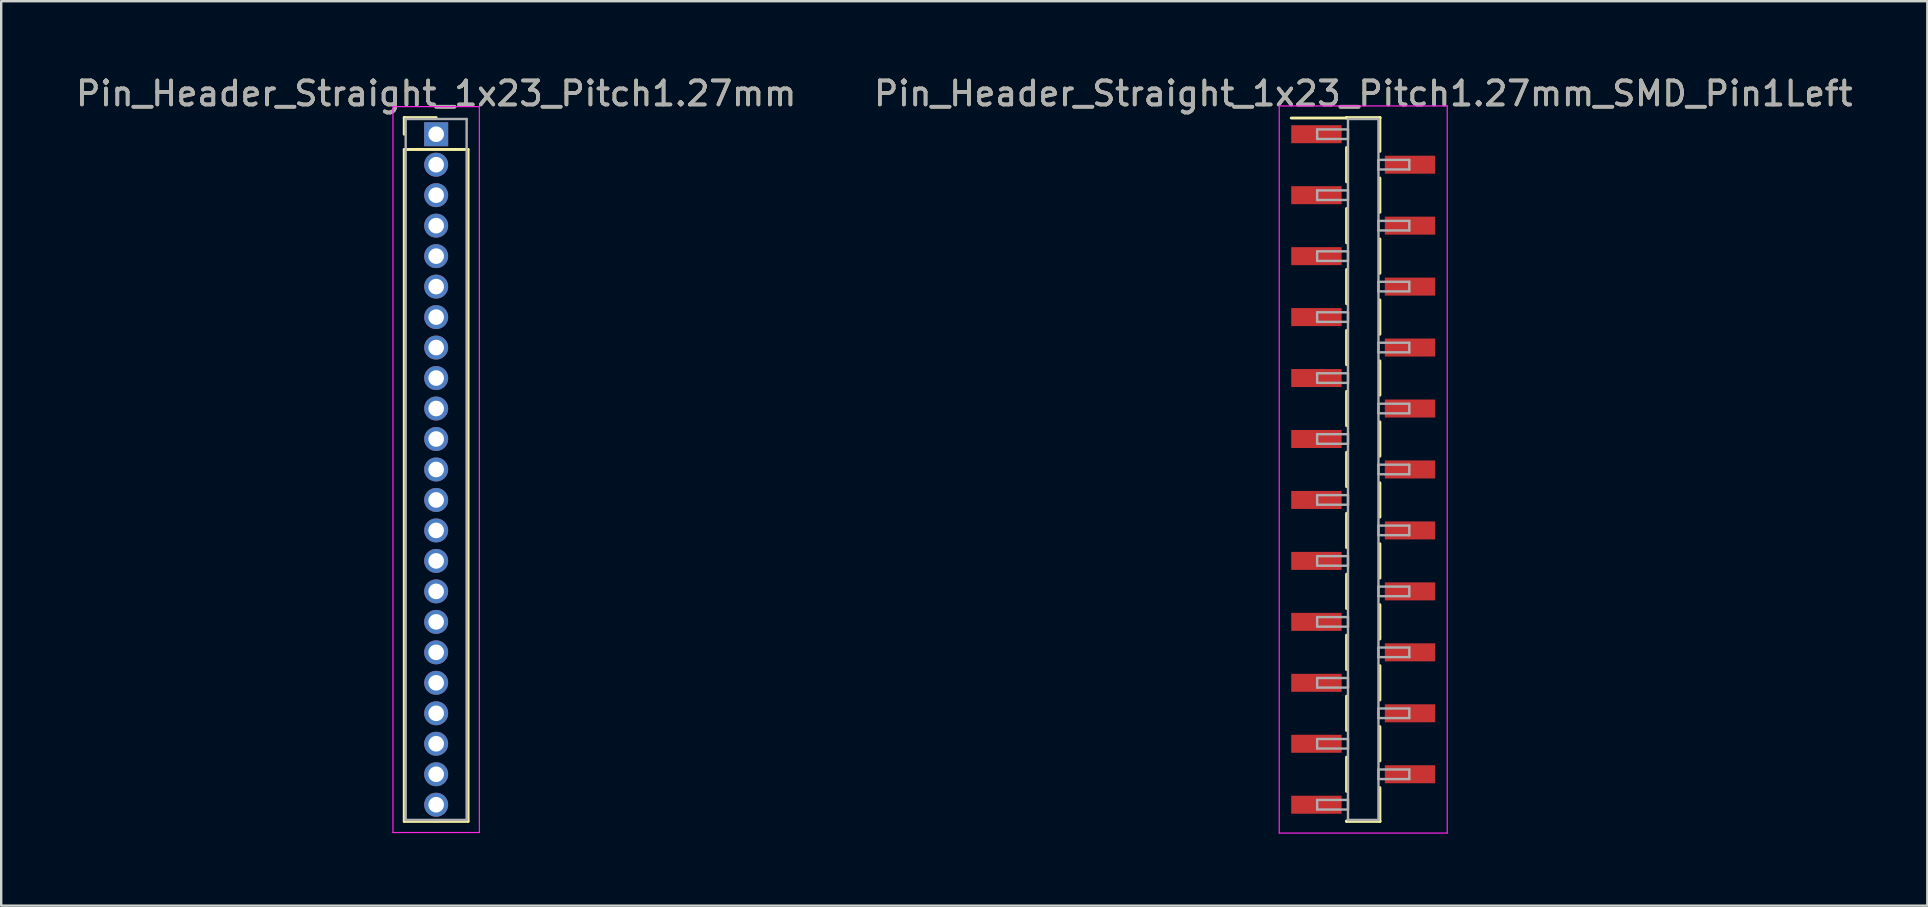
<source format=kicad_pcb>
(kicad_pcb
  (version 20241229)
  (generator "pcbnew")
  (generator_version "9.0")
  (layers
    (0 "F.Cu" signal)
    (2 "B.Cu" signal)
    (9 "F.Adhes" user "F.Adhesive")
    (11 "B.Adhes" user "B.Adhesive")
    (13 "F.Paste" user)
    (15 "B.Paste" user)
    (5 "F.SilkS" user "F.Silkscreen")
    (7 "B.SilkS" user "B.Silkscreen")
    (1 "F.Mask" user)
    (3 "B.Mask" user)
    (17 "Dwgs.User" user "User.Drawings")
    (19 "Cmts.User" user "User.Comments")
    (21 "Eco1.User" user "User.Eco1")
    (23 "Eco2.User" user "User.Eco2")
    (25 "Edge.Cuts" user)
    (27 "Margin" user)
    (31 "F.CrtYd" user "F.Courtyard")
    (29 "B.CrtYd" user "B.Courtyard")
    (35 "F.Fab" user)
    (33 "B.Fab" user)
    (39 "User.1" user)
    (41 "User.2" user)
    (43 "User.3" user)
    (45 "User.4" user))
  (footprint "Pin_Header_Straight_1x23_Pitch1.27mm"
    (layer "F.Cu")
    (at 15.125 2.543)
    (property "Reference" "Pin_Header_Straight_1x23_Pitch1.27mm" (at 0 -1.695 0) (layer "F.SilkS") (effects (font (size 1 1) (thickness 0.15))))
    (attr through_hole)
    (fp_line (start -1.33 -0.695) (end 0 -0.695) (stroke (width 0.12) (type solid)) (layer "F.SilkS"))
    (fp_line (start -1.33 0) (end -1.33 -0.695) (stroke (width 0.12) (type solid)) (layer "F.SilkS"))
    (fp_line (start -1.33 0.635) (end -1.33 28.635) (stroke (width 0.12) (type solid)) (layer "F.SilkS"))
    (fp_line (start -1.33 28.635) (end 1.33 28.635) (stroke (width 0.12) (type solid)) (layer "F.SilkS"))
    (fp_line (start 1.33 0.635) (end -1.33 0.635) (stroke (width 0.12) (type solid)) (layer "F.SilkS"))
    (fp_line (start 1.33 28.635) (end 1.33 0.635) (stroke (width 0.12) (type solid)) (layer "F.SilkS"))
    (fp_line (start -1.8 -1.15) (end -1.8 29.1) (stroke (width 0.05) (type solid)) (layer "F.CrtYd"))
    (fp_line (start -1.8 29.1) (end 1.8 29.1) (stroke (width 0.05) (type solid)) (layer "F.CrtYd"))
    (fp_line (start 1.8 -1.15) (end -1.8 -1.15) (stroke (width 0.05) (type solid)) (layer "F.CrtYd"))
    (fp_line (start 1.8 29.1) (end 1.8 -1.15) (stroke (width 0.05) (type solid)) (layer "F.CrtYd"))
    (fp_line (start -1.27 -0.635) (end -1.27 28.575) (stroke (width 0.1) (type solid)) (layer "F.Fab"))
    (fp_line (start -1.27 28.575) (end 1.27 28.575) (stroke (width 0.1) (type solid)) (layer "F.Fab"))
    (fp_line (start 1.27 -0.635) (end -1.27 -0.635) (stroke (width 0.1) (type solid)) (layer "F.Fab"))
    (fp_line (start 1.27 28.575) (end 1.27 -0.635) (stroke (width 0.1) (type solid)) (layer "F.Fab"))
    (fp_text user "${REFERENCE}" (at 0 -1.695 0) (layer "F.Fab") (effects (font (size 1 1) (thickness 0.15))))
    (pad "1" thru_hole rect (at 0 0) (size 1 1) (drill 0.65) (layers "*.Cu" "*.Mask"))
    (pad "2" thru_hole oval (at 0 1.27) (size 1 1) (drill 0.65) (layers "*.Cu" "*.Mask"))
    (pad "3" thru_hole oval (at 0 2.54) (size 1 1) (drill 0.65) (layers "*.Cu" "*.Mask"))
    (pad "4" thru_hole oval (at 0 3.81) (size 1 1) (drill 0.65) (layers "*.Cu" "*.Mask"))
    (pad "5" thru_hole oval (at 0 5.08) (size 1 1) (drill 0.65) (layers "*.Cu" "*.Mask"))
    (pad "6" thru_hole oval (at 0 6.35) (size 1 1) (drill 0.65) (layers "*.Cu" "*.Mask"))
    (pad "7" thru_hole oval (at 0 7.62) (size 1 1) (drill 0.65) (layers "*.Cu" "*.Mask"))
    (pad "8" thru_hole oval (at 0 8.89) (size 1 1) (drill 0.65) (layers "*.Cu" "*.Mask"))
    (pad "9" thru_hole oval (at 0 10.16) (size 1 1) (drill 0.65) (layers "*.Cu" "*.Mask"))
    (pad "10" thru_hole oval (at 0 11.43) (size 1 1) (drill 0.65) (layers "*.Cu" "*.Mask"))
    (pad "11" thru_hole oval (at 0 12.7) (size 1 1) (drill 0.65) (layers "*.Cu" "*.Mask"))
    (pad "12" thru_hole oval (at 0 13.97) (size 1 1) (drill 0.65) (layers "*.Cu" "*.Mask"))
    (pad "13" thru_hole oval (at 0 15.24) (size 1 1) (drill 0.65) (layers "*.Cu" "*.Mask"))
    (pad "14" thru_hole oval (at 0 16.51) (size 1 1) (drill 0.65) (layers "*.Cu" "*.Mask"))
    (pad "15" thru_hole oval (at 0 17.78) (size 1 1) (drill 0.65) (layers "*.Cu" "*.Mask"))
    (pad "16" thru_hole oval (at 0 19.05) (size 1 1) (drill 0.65) (layers "*.Cu" "*.Mask"))
    (pad "17" thru_hole oval (at 0 20.32) (size 1 1) (drill 0.65) (layers "*.Cu" "*.Mask"))
    (pad "18" thru_hole oval (at 0 21.59) (size 1 1) (drill 0.65) (layers "*.Cu" "*.Mask"))
    (pad "19" thru_hole oval (at 0 22.86) (size 1 1) (drill 0.65) (layers "*.Cu" "*.Mask"))
    (pad "20" thru_hole oval (at 0 24.13) (size 1 1) (drill 0.65) (layers "*.Cu" "*.Mask"))
    (pad "21" thru_hole oval (at 0 25.4) (size 1 1) (drill 0.65) (layers "*.Cu" "*.Mask"))
    (pad "22" thru_hole oval (at 0 26.67) (size 1 1) (drill 0.65) (layers "*.Cu" "*.Mask"))
    (pad "23" thru_hole oval (at 0 27.94) (size 1 1) (drill 0.65) (layers "*.Cu" "*.Mask")))
  (footprint "Pin_Header_Straight_1x23_Pitch1.27mm_SMD_Pin1Left"
    (layer "F.Cu")
    (at 53.756 16.513)
    (property "Reference" "Pin_Header_Straight_1x23_Pitch1.27mm_SMD_Pin1Left" (at 0 -15.665 0) (layer "F.SilkS") (effects (font (size 1 1) (thickness 0.15))))
    (attr smd)
    (fp_line (start -0.695 -14.665) (end 0.695 -14.665) (stroke (width 0.12) (type solid)) (layer "F.SilkS"))
    (fp_line (start -0.695 -14.645) (end -3 -14.645) (stroke (width 0.12) (type solid)) (layer "F.SilkS"))
    (fp_line (start -0.695 -14.645) (end -0.695 -14.665) (stroke (width 0.12) (type solid)) (layer "F.SilkS"))
    (fp_line (start -0.695 -13.415) (end -0.695 -11.985) (stroke (width 0.12) (type solid)) (layer "F.SilkS"))
    (fp_line (start -0.695 -10.875) (end -0.695 -9.445) (stroke (width 0.12) (type solid)) (layer "F.SilkS"))
    (fp_line (start -0.695 -8.335) (end -0.695 -6.905) (stroke (width 0.12) (type solid)) (layer "F.SilkS"))
    (fp_line (start -0.695 -5.795) (end -0.695 -4.365) (stroke (width 0.12) (type solid)) (layer "F.SilkS"))
    (fp_line (start -0.695 -3.255) (end -0.695 -1.825) (stroke (width 0.12) (type solid)) (layer "F.SilkS"))
    (fp_line (start -0.695 -0.715) (end -0.695 0.715) (stroke (width 0.12) (type solid)) (layer "F.SilkS"))
    (fp_line (start -0.695 1.825) (end -0.695 3.255) (stroke (width 0.12) (type solid)) (layer "F.SilkS"))
    (fp_line (start -0.695 4.365) (end -0.695 5.795) (stroke (width 0.12) (type solid)) (layer "F.SilkS"))
    (fp_line (start -0.695 6.905) (end -0.695 8.335) (stroke (width 0.12) (type solid)) (layer "F.SilkS"))
    (fp_line (start -0.695 9.445) (end -0.695 10.875) (stroke (width 0.12) (type solid)) (layer "F.SilkS"))
    (fp_line (start -0.695 11.985) (end -0.695 13.415) (stroke (width 0.12) (type solid)) (layer "F.SilkS"))
    (fp_line (start -0.695 14.645) (end -0.695 14.665) (stroke (width 0.12) (type solid)) (layer "F.SilkS"))
    (fp_line (start -0.695 14.665) (end 0.695 14.665) (stroke (width 0.12) (type solid)) (layer "F.SilkS"))
    (fp_line (start 0.695 -14.665) (end 0.695 -14.645) (stroke (width 0.12) (type solid)) (layer "F.SilkS"))
    (fp_line (start 0.695 -14.665) (end 0.695 -13.255) (stroke (width 0.12) (type solid)) (layer "F.SilkS"))
    (fp_line (start 0.695 -12.145) (end 0.695 -10.715) (stroke (width 0.12) (type solid)) (layer "F.SilkS"))
    (fp_line (start 0.695 -9.605) (end 0.695 -8.175) (stroke (width 0.12) (type solid)) (layer "F.SilkS"))
    (fp_line (start 0.695 -7.065) (end 0.695 -5.635) (stroke (width 0.12) (type solid)) (layer "F.SilkS"))
    (fp_line (start 0.695 -4.525) (end 0.695 -3.095) (stroke (width 0.12) (type solid)) (layer "F.SilkS"))
    (fp_line (start 0.695 -1.985) (end 0.695 -0.555) (stroke (width 0.12) (type solid)) (layer "F.SilkS"))
    (fp_line (start 0.695 0.555) (end 0.695 1.985) (stroke (width 0.12) (type solid)) (layer "F.SilkS"))
    (fp_line (start 0.695 3.095) (end 0.695 4.525) (stroke (width 0.12) (type solid)) (layer "F.SilkS"))
    (fp_line (start 0.695 5.635) (end 0.695 7.065) (stroke (width 0.12) (type solid)) (layer "F.SilkS"))
    (fp_line (start 0.695 8.175) (end 0.695 9.605) (stroke (width 0.12) (type solid)) (layer "F.SilkS"))
    (fp_line (start 0.695 10.715) (end 0.695 12.145) (stroke (width 0.12) (type solid)) (layer "F.SilkS"))
    (fp_line (start 0.695 13.255) (end 0.695 14.665) (stroke (width 0.12) (type solid)) (layer "F.SilkS"))
    (fp_line (start 0.695 14.665) (end 0.695 14.645) (stroke (width 0.12) (type solid)) (layer "F.SilkS"))
    (fp_line (start -3.5 -15.15) (end -3.5 15.15) (stroke (width 0.05) (type solid)) (layer "F.CrtYd"))
    (fp_line (start -3.5 15.15) (end 3.5 15.15) (stroke (width 0.05) (type solid)) (layer "F.CrtYd"))
    (fp_line (start 3.5 -15.15) (end -3.5 -15.15) (stroke (width 0.05) (type solid)) (layer "F.CrtYd"))
    (fp_line (start 3.5 15.15) (end 3.5 -15.15) (stroke (width 0.05) (type solid)) (layer "F.CrtYd"))
    (fp_line (start -1.92 -14.17) (end -0.635 -14.17) (stroke (width 0.1) (type solid)) (layer "F.Fab"))
    (fp_line (start -1.92 -13.77) (end -1.92 -14.17) (stroke (width 0.1) (type solid)) (layer "F.Fab"))
    (fp_line (start -1.92 -11.63) (end -0.635 -11.63) (stroke (width 0.1) (type solid)) (layer "F.Fab"))
    (fp_line (start -1.92 -11.23) (end -1.92 -11.63) (stroke (width 0.1) (type solid)) (layer "F.Fab"))
    (fp_line (start -1.92 -9.09) (end -0.635 -9.09) (stroke (width 0.1) (type solid)) (layer "F.Fab"))
    (fp_line (start -1.92 -8.69) (end -1.92 -9.09) (stroke (width 0.1) (type solid)) (layer "F.Fab"))
    (fp_line (start -1.92 -6.55) (end -0.635 -6.55) (stroke (width 0.1) (type solid)) (layer "F.Fab"))
    (fp_line (start -1.92 -6.15) (end -1.92 -6.55) (stroke (width 0.1) (type solid)) (layer "F.Fab"))
    (fp_line (start -1.92 -4.01) (end -0.635 -4.01) (stroke (width 0.1) (type solid)) (layer "F.Fab"))
    (fp_line (start -1.92 -3.61) (end -1.92 -4.01) (stroke (width 0.1) (type solid)) (layer "F.Fab"))
    (fp_line (start -1.92 -1.47) (end -0.635 -1.47) (stroke (width 0.1) (type solid)) (layer "F.Fab"))
    (fp_line (start -1.92 -1.07) (end -1.92 -1.47) (stroke (width 0.1) (type solid)) (layer "F.Fab"))
    (fp_line (start -1.92 1.07) (end -0.635 1.07) (stroke (width 0.1) (type solid)) (layer "F.Fab"))
    (fp_line (start -1.92 1.47) (end -1.92 1.07) (stroke (width 0.1) (type solid)) (layer "F.Fab"))
    (fp_line (start -1.92 3.61) (end -0.635 3.61) (stroke (width 0.1) (type solid)) (layer "F.Fab"))
    (fp_line (start -1.92 4.01) (end -1.92 3.61) (stroke (width 0.1) (type solid)) (layer "F.Fab"))
    (fp_line (start -1.92 6.15) (end -0.635 6.15) (stroke (width 0.1) (type solid)) (layer "F.Fab"))
    (fp_line (start -1.92 6.55) (end -1.92 6.15) (stroke (width 0.1) (type solid)) (layer "F.Fab"))
    (fp_line (start -1.92 8.69) (end -0.635 8.69) (stroke (width 0.1) (type solid)) (layer "F.Fab"))
    (fp_line (start -1.92 9.09) (end -1.92 8.69) (stroke (width 0.1) (type solid)) (layer "F.Fab"))
    (fp_line (start -1.92 11.23) (end -0.635 11.23) (stroke (width 0.1) (type solid)) (layer "F.Fab"))
    (fp_line (start -1.92 11.63) (end -1.92 11.23) (stroke (width 0.1) (type solid)) (layer "F.Fab"))
    (fp_line (start -1.92 13.77) (end -0.635 13.77) (stroke (width 0.1) (type solid)) (layer "F.Fab"))
    (fp_line (start -1.92 14.17) (end -1.92 13.77) (stroke (width 0.1) (type solid)) (layer "F.Fab"))
    (fp_line (start -0.635 -14.605) (end -0.635 14.605) (stroke (width 0.1) (type solid)) (layer "F.Fab"))
    (fp_line (start -0.635 -14.17) (end -0.635 -13.77) (stroke (width 0.1) (type solid)) (layer "F.Fab"))
    (fp_line (start -0.635 -13.77) (end -1.92 -13.77) (stroke (width 0.1) (type solid)) (layer "F.Fab"))
    (fp_line (start -0.635 -11.63) (end -0.635 -11.23) (stroke (width 0.1) (type solid)) (layer "F.Fab"))
    (fp_line (start -0.635 -11.23) (end -1.92 -11.23) (stroke (width 0.1) (type solid)) (layer "F.Fab"))
    (fp_line (start -0.635 -9.09) (end -0.635 -8.69) (stroke (width 0.1) (type solid)) (layer "F.Fab"))
    (fp_line (start -0.635 -8.69) (end -1.92 -8.69) (stroke (width 0.1) (type solid)) (layer "F.Fab"))
    (fp_line (start -0.635 -6.55) (end -0.635 -6.15) (stroke (width 0.1) (type solid)) (layer "F.Fab"))
    (fp_line (start -0.635 -6.15) (end -1.92 -6.15) (stroke (width 0.1) (type solid)) (layer "F.Fab"))
    (fp_line (start -0.635 -4.01) (end -0.635 -3.61) (stroke (width 0.1) (type solid)) (layer "F.Fab"))
    (fp_line (start -0.635 -3.61) (end -1.92 -3.61) (stroke (width 0.1) (type solid)) (layer "F.Fab"))
    (fp_line (start -0.635 -1.47) (end -0.635 -1.07) (stroke (width 0.1) (type solid)) (layer "F.Fab"))
    (fp_line (start -0.635 -1.07) (end -1.92 -1.07) (stroke (width 0.1) (type solid)) (layer "F.Fab"))
    (fp_line (start -0.635 1.07) (end -0.635 1.47) (stroke (width 0.1) (type solid)) (layer "F.Fab"))
    (fp_line (start -0.635 1.47) (end -1.92 1.47) (stroke (width 0.1) (type solid)) (layer "F.Fab"))
    (fp_line (start -0.635 3.61) (end -0.635 4.01) (stroke (width 0.1) (type solid)) (layer "F.Fab"))
    (fp_line (start -0.635 4.01) (end -1.92 4.01) (stroke (width 0.1) (type solid)) (layer "F.Fab"))
    (fp_line (start -0.635 6.15) (end -0.635 6.55) (stroke (width 0.1) (type solid)) (layer "F.Fab"))
    (fp_line (start -0.635 6.55) (end -1.92 6.55) (stroke (width 0.1) (type solid)) (layer "F.Fab"))
    (fp_line (start -0.635 8.69) (end -0.635 9.09) (stroke (width 0.1) (type solid)) (layer "F.Fab"))
    (fp_line (start -0.635 9.09) (end -1.92 9.09) (stroke (width 0.1) (type solid)) (layer "F.Fab"))
    (fp_line (start -0.635 11.23) (end -0.635 11.63) (stroke (width 0.1) (type solid)) (layer "F.Fab"))
    (fp_line (start -0.635 11.63) (end -1.92 11.63) (stroke (width 0.1) (type solid)) (layer "F.Fab"))
    (fp_line (start -0.635 13.77) (end -0.635 14.17) (stroke (width 0.1) (type solid)) (layer "F.Fab"))
    (fp_line (start -0.635 14.17) (end -1.92 14.17) (stroke (width 0.1) (type solid)) (layer "F.Fab"))
    (fp_line (start -0.635 14.605) (end 0.635 14.605) (stroke (width 0.1) (type solid)) (layer "F.Fab"))
    (fp_line (start 0.635 -14.605) (end -0.635 -14.605) (stroke (width 0.1) (type solid)) (layer "F.Fab"))
    (fp_line (start 0.635 -12.9) (end 0.635 -12.5) (stroke (width 0.1) (type solid)) (layer "F.Fab"))
    (fp_line (start 0.635 -12.5) (end 1.92 -12.5) (stroke (width 0.1) (type solid)) (layer "F.Fab"))
    (fp_line (start 0.635 -10.36) (end 0.635 -9.96) (stroke (width 0.1) (type solid)) (layer "F.Fab"))
    (fp_line (start 0.635 -9.96) (end 1.92 -9.96) (stroke (width 0.1) (type solid)) (layer "F.Fab"))
    (fp_line (start 0.635 -7.82) (end 0.635 -7.42) (stroke (width 0.1) (type solid)) (layer "F.Fab"))
    (fp_line (start 0.635 -7.42) (end 1.92 -7.42) (stroke (width 0.1) (type solid)) (layer "F.Fab"))
    (fp_line (start 0.635 -5.28) (end 0.635 -4.88) (stroke (width 0.1) (type solid)) (layer "F.Fab"))
    (fp_line (start 0.635 -4.88) (end 1.92 -4.88) (stroke (width 0.1) (type solid)) (layer "F.Fab"))
    (fp_line (start 0.635 -2.74) (end 0.635 -2.34) (stroke (width 0.1) (type solid)) (layer "F.Fab"))
    (fp_line (start 0.635 -2.34) (end 1.92 -2.34) (stroke (width 0.1) (type solid)) (layer "F.Fab"))
    (fp_line (start 0.635 -0.2) (end 0.635 0.2) (stroke (width 0.1) (type solid)) (layer "F.Fab"))
    (fp_line (start 0.635 0.2) (end 1.92 0.2) (stroke (width 0.1) (type solid)) (layer "F.Fab"))
    (fp_line (start 0.635 2.34) (end 0.635 2.74) (stroke (width 0.1) (type solid)) (layer "F.Fab"))
    (fp_line (start 0.635 2.74) (end 1.92 2.74) (stroke (width 0.1) (type solid)) (layer "F.Fab"))
    (fp_line (start 0.635 4.88) (end 0.635 5.28) (stroke (width 0.1) (type solid)) (layer "F.Fab"))
    (fp_line (start 0.635 5.28) (end 1.92 5.28) (stroke (width 0.1) (type solid)) (layer "F.Fab"))
    (fp_line (start 0.635 7.42) (end 0.635 7.82) (stroke (width 0.1) (type solid)) (layer "F.Fab"))
    (fp_line (start 0.635 7.82) (end 1.92 7.82) (stroke (width 0.1) (type solid)) (layer "F.Fab"))
    (fp_line (start 0.635 9.96) (end 0.635 10.36) (stroke (width 0.1) (type solid)) (layer "F.Fab"))
    (fp_line (start 0.635 10.36) (end 1.92 10.36) (stroke (width 0.1) (type solid)) (layer "F.Fab"))
    (fp_line (start 0.635 12.5) (end 0.635 12.9) (stroke (width 0.1) (type solid)) (layer "F.Fab"))
    (fp_line (start 0.635 12.9) (end 1.92 12.9) (stroke (width 0.1) (type solid)) (layer "F.Fab"))
    (fp_line (start 0.635 14.605) (end 0.635 -14.605) (stroke (width 0.1) (type solid)) (layer "F.Fab"))
    (fp_line (start 1.92 -12.9) (end 0.635 -12.9) (stroke (width 0.1) (type solid)) (layer "F.Fab"))
    (fp_line (start 1.92 -12.5) (end 1.92 -12.9) (stroke (width 0.1) (type solid)) (layer "F.Fab"))
    (fp_line (start 1.92 -10.36) (end 0.635 -10.36) (stroke (width 0.1) (type solid)) (layer "F.Fab"))
    (fp_line (start 1.92 -9.96) (end 1.92 -10.36) (stroke (width 0.1) (type solid)) (layer "F.Fab"))
    (fp_line (start 1.92 -7.82) (end 0.635 -7.82) (stroke (width 0.1) (type solid)) (layer "F.Fab"))
    (fp_line (start 1.92 -7.42) (end 1.92 -7.82) (stroke (width 0.1) (type solid)) (layer "F.Fab"))
    (fp_line (start 1.92 -5.28) (end 0.635 -5.28) (stroke (width 0.1) (type solid)) (layer "F.Fab"))
    (fp_line (start 1.92 -4.88) (end 1.92 -5.28) (stroke (width 0.1) (type solid)) (layer "F.Fab"))
    (fp_line (start 1.92 -2.74) (end 0.635 -2.74) (stroke (width 0.1) (type solid)) (layer "F.Fab"))
    (fp_line (start 1.92 -2.34) (end 1.92 -2.74) (stroke (width 0.1) (type solid)) (layer "F.Fab"))
    (fp_line (start 1.92 -0.2) (end 0.635 -0.2) (stroke (width 0.1) (type solid)) (layer "F.Fab"))
    (fp_line (start 1.92 0.2) (end 1.92 -0.2) (stroke (width 0.1) (type solid)) (layer "F.Fab"))
    (fp_line (start 1.92 2.34) (end 0.635 2.34) (stroke (width 0.1) (type solid)) (layer "F.Fab"))
    (fp_line (start 1.92 2.74) (end 1.92 2.34) (stroke (width 0.1) (type solid)) (layer "F.Fab"))
    (fp_line (start 1.92 4.88) (end 0.635 4.88) (stroke (width 0.1) (type solid)) (layer "F.Fab"))
    (fp_line (start 1.92 5.28) (end 1.92 4.88) (stroke (width 0.1) (type solid)) (layer "F.Fab"))
    (fp_line (start 1.92 7.42) (end 0.635 7.42) (stroke (width 0.1) (type solid)) (layer "F.Fab"))
    (fp_line (start 1.92 7.82) (end 1.92 7.42) (stroke (width 0.1) (type solid)) (layer "F.Fab"))
    (fp_line (start 1.92 9.96) (end 0.635 9.96) (stroke (width 0.1) (type solid)) (layer "F.Fab"))
    (fp_line (start 1.92 10.36) (end 1.92 9.96) (stroke (width 0.1) (type solid)) (layer "F.Fab"))
    (fp_line (start 1.92 12.5) (end 0.635 12.5) (stroke (width 0.1) (type solid)) (layer "F.Fab"))
    (fp_line (start 1.92 12.9) (end 1.92 12.5) (stroke (width 0.1) (type solid)) (layer "F.Fab"))
    (fp_text user "${REFERENCE}" (at 0 -15.665 0) (layer "F.Fab") (effects (font (size 1 1) (thickness 0.15))))
    (pad "1" smd rect (at -1.95 -13.97) (size 2.1 0.75) (layers "F.Cu" "F.Mask" "F.Paste"))
    (pad "2" smd rect (at 1.95 -12.7) (size 2.1 0.75) (layers "F.Cu" "F.Mask" "F.Paste"))
    (pad "3" smd rect (at -1.95 -11.43) (size 2.1 0.75) (layers "F.Cu" "F.Mask" "F.Paste"))
    (pad "4" smd rect (at 1.95 -10.16) (size 2.1 0.75) (layers "F.Cu" "F.Mask" "F.Paste"))
    (pad "5" smd rect (at -1.95 -8.89) (size 2.1 0.75) (layers "F.Cu" "F.Mask" "F.Paste"))
    (pad "6" smd rect (at 1.95 -7.62) (size 2.1 0.75) (layers "F.Cu" "F.Mask" "F.Paste"))
    (pad "7" smd rect (at -1.95 -6.35) (size 2.1 0.75) (layers "F.Cu" "F.Mask" "F.Paste"))
    (pad "8" smd rect (at 1.95 -5.08) (size 2.1 0.75) (layers "F.Cu" "F.Mask" "F.Paste"))
    (pad "9" smd rect (at -1.95 -3.81) (size 2.1 0.75) (layers "F.Cu" "F.Mask" "F.Paste"))
    (pad "10" smd rect (at 1.95 -2.54) (size 2.1 0.75) (layers "F.Cu" "F.Mask" "F.Paste"))
    (pad "11" smd rect (at -1.95 -1.27) (size 2.1 0.75) (layers "F.Cu" "F.Mask" "F.Paste"))
    (pad "12" smd rect (at 1.95 0) (size 2.1 0.75) (layers "F.Cu" "F.Mask" "F.Paste"))
    (pad "13" smd rect (at -1.95 1.27) (size 2.1 0.75) (layers "F.Cu" "F.Mask" "F.Paste"))
    (pad "14" smd rect (at 1.95 2.54) (size 2.1 0.75) (layers "F.Cu" "F.Mask" "F.Paste"))
    (pad "15" smd rect (at -1.95 3.81) (size 2.1 0.75) (layers "F.Cu" "F.Mask" "F.Paste"))
    (pad "16" smd rect (at 1.95 5.08) (size 2.1 0.75) (layers "F.Cu" "F.Mask" "F.Paste"))
    (pad "17" smd rect (at -1.95 6.35) (size 2.1 0.75) (layers "F.Cu" "F.Mask" "F.Paste"))
    (pad "18" smd rect (at 1.95 7.62) (size 2.1 0.75) (layers "F.Cu" "F.Mask" "F.Paste"))
    (pad "19" smd rect (at -1.95 8.89) (size 2.1 0.75) (layers "F.Cu" "F.Mask" "F.Paste"))
    (pad "20" smd rect (at 1.95 10.16) (size 2.1 0.75) (layers "F.Cu" "F.Mask" "F.Paste"))
    (pad "21" smd rect (at -1.95 11.43) (size 2.1 0.75) (layers "F.Cu" "F.Mask" "F.Paste"))
    (pad "22" smd rect (at 1.95 12.7) (size 2.1 0.75) (layers "F.Cu" "F.Mask" "F.Paste"))
    (pad "23" smd rect (at -1.95 13.97) (size 2.1 0.75) (layers "F.Cu" "F.Mask" "F.Paste")))
  (gr_rect
    (start -3 -3)
    (end 77.262 34.688)
    (stroke (width 0.1) (type default))
    (fill no)
    (layer "Edge.Cuts")))
</source>
